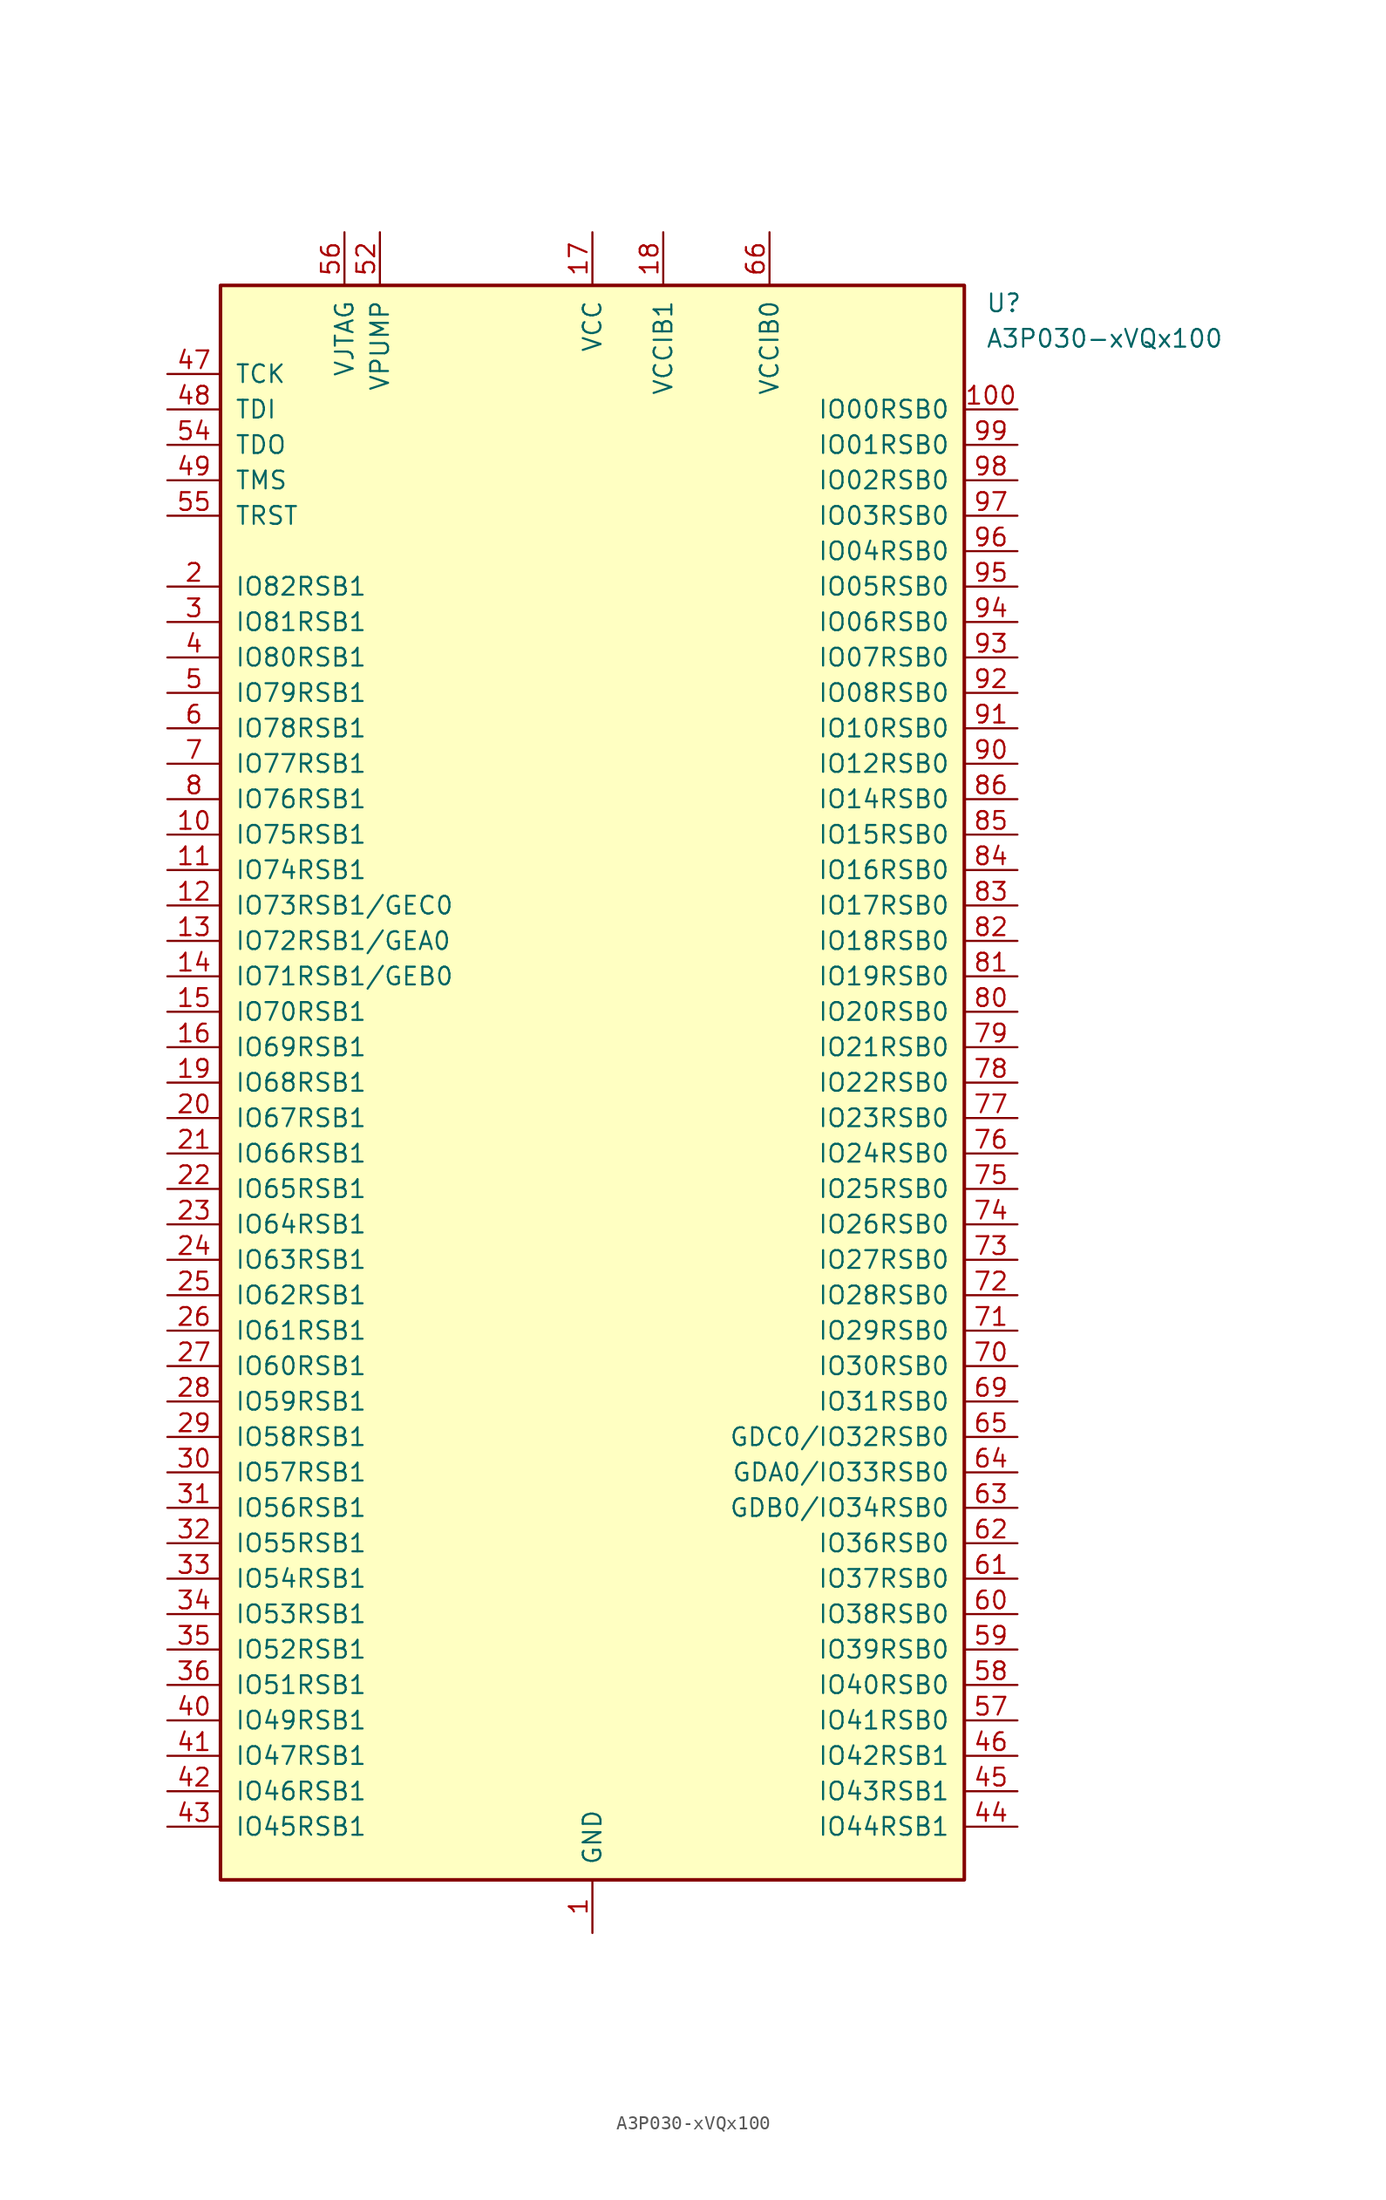
<source format=kicad_sym>
(kicad_symbol_lib
  (version 20241209)
  (generator "kicad_symbol_editor")
  (generator_version "9.0")
  (symbol "A3P030-xVQx100"
    (pin_names
      (offset 1.016))
    (property "Reference" "U"
      (at 28.194 55.88 0)
      (effects (font (size 1.27 1.27)) (justify left)))
    (property "Value" "A3P030-xVQx100"
      (at 28.194 53.34 0)
      (effects (font (size 1.27 1.27)) (justify left)))
    (symbol "A3P030-xVQx100_0_1"
      (rectangle (start -26.67 57.15) (end 26.67 -57.15) (stroke (width 0.254) (type default)) (fill (type background))))
    (symbol "A3P030-xVQx100_1_1"
      (pin input line (at -30.48 50.8 0) (length 3.81) (name "TCK" (effects (font (size 1.27 1.27)))) (number "47" (effects (font (size 1.27 1.27)))))
      (pin input line (at -30.48 48.26 0) (length 3.81) (name "TDI" (effects (font (size 1.27 1.27)))) (number "48" (effects (font (size 1.27 1.27)))))
      (pin output line (at -30.48 45.72 0) (length 3.81) (name "TDO" (effects (font (size 1.27 1.27)))) (number "54" (effects (font (size 1.27 1.27)))))
      (pin input line (at -30.48 43.18 0) (length 3.81) (name "TMS" (effects (font (size 1.27 1.27)))) (number "49" (effects (font (size 1.27 1.27)))))
      (pin input line (at -30.48 40.64 0) (length 3.81) (name "TRST" (effects (font (size 1.27 1.27)))) (number "55" (effects (font (size 1.27 1.27)))))
      (pin bidirectional line (at -30.48 35.56 0) (length 3.81) (name "IO82RSB1" (effects (font (size 1.27 1.27)))) (number "2" (effects (font (size 1.27 1.27)))))
      (pin bidirectional line (at -30.48 33.02 0) (length 3.81) (name "IO81RSB1" (effects (font (size 1.27 1.27)))) (number "3" (effects (font (size 1.27 1.27)))))
      (pin bidirectional line (at -30.48 30.48 0) (length 3.81) (name "IO80RSB1" (effects (font (size 1.27 1.27)))) (number "4" (effects (font (size 1.27 1.27)))))
      (pin bidirectional line (at -30.48 27.94 0) (length 3.81) (name "IO79RSB1" (effects (font (size 1.27 1.27)))) (number "5" (effects (font (size 1.27 1.27)))))
      (pin bidirectional line (at -30.48 25.4 0) (length 3.81) (name "IO78RSB1" (effects (font (size 1.27 1.27)))) (number "6" (effects (font (size 1.27 1.27)))))
      (pin bidirectional line (at -30.48 22.86 0) (length 3.81) (name "IO77RSB1" (effects (font (size 1.27 1.27)))) (number "7" (effects (font (size 1.27 1.27)))))
      (pin bidirectional line (at -30.48 20.32 0) (length 3.81) (name "IO76RSB1" (effects (font (size 1.27 1.27)))) (number "8" (effects (font (size 1.27 1.27)))))
      (pin bidirectional line (at -30.48 17.78 0) (length 3.81) (name "IO75RSB1" (effects (font (size 1.27 1.27)))) (number "10" (effects (font (size 1.27 1.27)))))
      (pin bidirectional line (at -30.48 15.24 0) (length 3.81) (name "IO74RSB1" (effects (font (size 1.27 1.27)))) (number "11" (effects (font (size 1.27 1.27)))))
      (pin bidirectional line (at -30.48 12.7 0) (length 3.81) (name "IO73RSB1/GEC0" (effects (font (size 1.27 1.27)))) (number "12" (effects (font (size 1.27 1.27)))))
      (pin bidirectional line (at -30.48 10.16 0) (length 3.81) (name "IO72RSB1/GEA0" (effects (font (size 1.27 1.27)))) (number "13" (effects (font (size 1.27 1.27)))))
      (pin bidirectional line (at -30.48 7.62 0) (length 3.81) (name "IO71RSB1/GEB0" (effects (font (size 1.27 1.27)))) (number "14" (effects (font (size 1.27 1.27)))))
      (pin bidirectional line (at -30.48 5.08 0) (length 3.81) (name "IO70RSB1" (effects (font (size 1.27 1.27)))) (number "15" (effects (font (size 1.27 1.27)))))
      (pin bidirectional line (at -30.48 2.54 0) (length 3.81) (name "IO69RSB1" (effects (font (size 1.27 1.27)))) (number "16" (effects (font (size 1.27 1.27)))))
      (pin bidirectional line (at -30.48 0 0) (length 3.81) (name "IO68RSB1" (effects (font (size 1.27 1.27)))) (number "19" (effects (font (size 1.27 1.27)))))
      (pin bidirectional line (at -30.48 -2.54 0) (length 3.81) (name "IO67RSB1" (effects (font (size 1.27 1.27)))) (number "20" (effects (font (size 1.27 1.27)))))
      (pin bidirectional line (at -30.48 -5.08 0) (length 3.81) (name "IO66RSB1" (effects (font (size 1.27 1.27)))) (number "21" (effects (font (size 1.27 1.27)))))
      (pin bidirectional line (at -30.48 -7.62 0) (length 3.81) (name "IO65RSB1" (effects (font (size 1.27 1.27)))) (number "22" (effects (font (size 1.27 1.27)))))
      (pin bidirectional line (at -30.48 -10.16 0) (length 3.81) (name "IO64RSB1" (effects (font (size 1.27 1.27)))) (number "23" (effects (font (size 1.27 1.27)))))
      (pin bidirectional line (at -30.48 -12.7 0) (length 3.81) (name "IO63RSB1" (effects (font (size 1.27 1.27)))) (number "24" (effects (font (size 1.27 1.27)))))
      (pin bidirectional line (at -30.48 -15.24 0) (length 3.81) (name "IO62RSB1" (effects (font (size 1.27 1.27)))) (number "25" (effects (font (size 1.27 1.27)))))
      (pin bidirectional line (at -30.48 -17.78 0) (length 3.81) (name "IO61RSB1" (effects (font (size 1.27 1.27)))) (number "26" (effects (font (size 1.27 1.27)))))
      (pin bidirectional line (at -30.48 -20.32 0) (length 3.81) (name "IO60RSB1" (effects (font (size 1.27 1.27)))) (number "27" (effects (font (size 1.27 1.27)))))
      (pin bidirectional line (at -30.48 -22.86 0) (length 3.81) (name "IO59RSB1" (effects (font (size 1.27 1.27)))) (number "28" (effects (font (size 1.27 1.27)))))
      (pin bidirectional line (at -30.48 -25.4 0) (length 3.81) (name "IO58RSB1" (effects (font (size 1.27 1.27)))) (number "29" (effects (font (size 1.27 1.27)))))
      (pin bidirectional line (at -30.48 -27.94 0) (length 3.81) (name "IO57RSB1" (effects (font (size 1.27 1.27)))) (number "30" (effects (font (size 1.27 1.27)))))
      (pin bidirectional line (at -30.48 -30.48 0) (length 3.81) (name "IO56RSB1" (effects (font (size 1.27 1.27)))) (number "31" (effects (font (size 1.27 1.27)))))
      (pin bidirectional line (at -30.48 -33.02 0) (length 3.81) (name "IO55RSB1" (effects (font (size 1.27 1.27)))) (number "32" (effects (font (size 1.27 1.27)))))
      (pin bidirectional line (at -30.48 -35.56 0) (length 3.81) (name "IO54RSB1" (effects (font (size 1.27 1.27)))) (number "33" (effects (font (size 1.27 1.27)))))
      (pin bidirectional line (at -30.48 -38.1 0) (length 3.81) (name "IO53RSB1" (effects (font (size 1.27 1.27)))) (number "34" (effects (font (size 1.27 1.27)))))
      (pin bidirectional line (at -30.48 -40.64 0) (length 3.81) (name "IO52RSB1" (effects (font (size 1.27 1.27)))) (number "35" (effects (font (size 1.27 1.27)))))
      (pin bidirectional line (at -30.48 -43.18 0) (length 3.81) (name "IO51RSB1" (effects (font (size 1.27 1.27)))) (number "36" (effects (font (size 1.27 1.27)))))
      (pin bidirectional line (at -30.48 -45.72 0) (length 3.81) (name "IO49RSB1" (effects (font (size 1.27 1.27)))) (number "40" (effects (font (size 1.27 1.27)))))
      (pin bidirectional line (at -30.48 -48.26 0) (length 3.81) (name "IO47RSB1" (effects (font (size 1.27 1.27)))) (number "41" (effects (font (size 1.27 1.27)))))
      (pin bidirectional line (at -30.48 -50.8 0) (length 3.81) (name "IO46RSB1" (effects (font (size 1.27 1.27)))) (number "42" (effects (font (size 1.27 1.27)))))
      (pin bidirectional line (at -30.48 -53.34 0) (length 3.81) (name "IO45RSB1" (effects (font (size 1.27 1.27)))) (number "43" (effects (font (size 1.27 1.27)))))
      (pin power_in line (at -17.78 60.96 270) (length 3.81) (name "VJTAG" (effects (font (size 1.27 1.27)))) (number "56" (effects (font (size 1.27 1.27)))))
      (pin power_in line (at -15.24 60.96 270) (length 3.81) (name "VPUMP" (effects (font (size 1.27 1.27)))) (number "52" (effects (font (size 1.27 1.27)))))
      (pin power_in line (at 0 60.96 270) (length 3.81) (name "VCC" (effects (font (size 1.27 1.27)))) (number "17" (effects (font (size 1.27 1.27)))))
      (pin passive line (at 0 60.96 270) (length 3.81) (hide yes) (name "VCC" (effects (font (size 1.27 1.27)))) (number "37" (effects (font (size 1.27 1.27)))))
      (pin passive line (at 0 60.96 270) (length 3.81) (hide yes) (name "VCC" (effects (font (size 1.27 1.27)))) (number "68" (effects (font (size 1.27 1.27)))))
      (pin passive line (at 0 60.96 270) (length 3.81) (hide yes) (name "VCC" (effects (font (size 1.27 1.27)))) (number "89" (effects (font (size 1.27 1.27)))))
      (pin power_in line (at 0 -60.96 90) (length 3.81) (name "GND" (effects (font (size 1.27 1.27)))) (number "1" (effects (font (size 1.27 1.27)))))
      (pin passive line (at 0 -60.96 90) (length 3.81) (hide yes) (name "GND" (effects (font (size 1.27 1.27)))) (number "38" (effects (font (size 1.27 1.27)))))
      (pin passive line (at 0 -60.96 90) (length 3.81) (hide yes) (name "GND" (effects (font (size 1.27 1.27)))) (number "51" (effects (font (size 1.27 1.27)))))
      (pin passive line (at 0 -60.96 90) (length 3.81) (hide yes) (name "GND" (effects (font (size 1.27 1.27)))) (number "67" (effects (font (size 1.27 1.27)))))
      (pin passive line (at 0 -60.96 90) (length 3.81) (hide yes) (name "GND" (effects (font (size 1.27 1.27)))) (number "88" (effects (font (size 1.27 1.27)))))
      (pin passive line (at 0 -60.96 90) (length 3.81) (hide yes) (name "GND" (effects (font (size 1.27 1.27)))) (number "9" (effects (font (size 1.27 1.27)))))
      (pin power_in line (at 5.08 60.96 270) (length 3.81) (name "VCCIB1" (effects (font (size 1.27 1.27)))) (number "18" (effects (font (size 1.27 1.27)))))
      (pin passive line (at 5.08 60.96 270) (length 3.81) (hide yes) (name "VCCIB1" (effects (font (size 1.27 1.27)))) (number "39" (effects (font (size 1.27 1.27)))))
      (pin no_connect line (at 5.08 -57.15 90) (length 3.81) (hide yes) (name "NC" (effects (font (size 1.27 1.27)))) (number "53" (effects (font (size 1.27 1.27)))))
      (pin no_connect line (at 7.62 -57.15 90) (length 3.81) (hide yes) (name "NC" (effects (font (size 1.27 1.27)))) (number "50" (effects (font (size 1.27 1.27)))))
      (pin power_in line (at 12.7 60.96 270) (length 3.81) (name "VCCIB0" (effects (font (size 1.27 1.27)))) (number "66" (effects (font (size 1.27 1.27)))))
      (pin passive line (at 12.7 60.96 270) (length 3.81) (hide yes) (name "VCCIB0" (effects (font (size 1.27 1.27)))) (number "87" (effects (font (size 1.27 1.27)))))
      (pin bidirectional line (at 30.48 48.26 180) (length 3.81) (name "IO00RSB0" (effects (font (size 1.27 1.27)))) (number "100" (effects (font (size 1.27 1.27)))))
      (pin bidirectional line (at 30.48 45.72 180) (length 3.81) (name "IO01RSB0" (effects (font (size 1.27 1.27)))) (number "99" (effects (font (size 1.27 1.27)))))
      (pin bidirectional line (at 30.48 43.18 180) (length 3.81) (name "IO02RSB0" (effects (font (size 1.27 1.27)))) (number "98" (effects (font (size 1.27 1.27)))))
      (pin bidirectional line (at 30.48 40.64 180) (length 3.81) (name "IO03RSB0" (effects (font (size 1.27 1.27)))) (number "97" (effects (font (size 1.27 1.27)))))
      (pin bidirectional line (at 30.48 38.1 180) (length 3.81) (name "IO04RSB0" (effects (font (size 1.27 1.27)))) (number "96" (effects (font (size 1.27 1.27)))))
      (pin bidirectional line (at 30.48 35.56 180) (length 3.81) (name "IO05RSB0" (effects (font (size 1.27 1.27)))) (number "95" (effects (font (size 1.27 1.27)))))
      (pin bidirectional line (at 30.48 33.02 180) (length 3.81) (name "IO06RSB0" (effects (font (size 1.27 1.27)))) (number "94" (effects (font (size 1.27 1.27)))))
      (pin bidirectional line (at 30.48 30.48 180) (length 3.81) (name "IO07RSB0" (effects (font (size 1.27 1.27)))) (number "93" (effects (font (size 1.27 1.27)))))
      (pin bidirectional line (at 30.48 27.94 180) (length 3.81) (name "IO08RSB0" (effects (font (size 1.27 1.27)))) (number "92" (effects (font (size 1.27 1.27)))))
      (pin bidirectional line (at 30.48 25.4 180) (length 3.81) (name "IO10RSB0" (effects (font (size 1.27 1.27)))) (number "91" (effects (font (size 1.27 1.27)))))
      (pin bidirectional line (at 30.48 22.86 180) (length 3.81) (name "IO12RSB0" (effects (font (size 1.27 1.27)))) (number "90" (effects (font (size 1.27 1.27)))))
      (pin bidirectional line (at 30.48 20.32 180) (length 3.81) (name "IO14RSB0" (effects (font (size 1.27 1.27)))) (number "86" (effects (font (size 1.27 1.27)))))
      (pin bidirectional line (at 30.48 17.78 180) (length 3.81) (name "IO15RSB0" (effects (font (size 1.27 1.27)))) (number "85" (effects (font (size 1.27 1.27)))))
      (pin bidirectional line (at 30.48 15.24 180) (length 3.81) (name "IO16RSB0" (effects (font (size 1.27 1.27)))) (number "84" (effects (font (size 1.27 1.27)))))
      (pin bidirectional line (at 30.48 12.7 180) (length 3.81) (name "IO17RSB0" (effects (font (size 1.27 1.27)))) (number "83" (effects (font (size 1.27 1.27)))))
      (pin bidirectional line (at 30.48 10.16 180) (length 3.81) (name "IO18RSB0" (effects (font (size 1.27 1.27)))) (number "82" (effects (font (size 1.27 1.27)))))
      (pin bidirectional line (at 30.48 7.62 180) (length 3.81) (name "IO19RSB0" (effects (font (size 1.27 1.27)))) (number "81" (effects (font (size 1.27 1.27)))))
      (pin bidirectional line (at 30.48 5.08 180) (length 3.81) (name "IO20RSB0" (effects (font (size 1.27 1.27)))) (number "80" (effects (font (size 1.27 1.27)))))
      (pin bidirectional line (at 30.48 2.54 180) (length 3.81) (name "IO21RSB0" (effects (font (size 1.27 1.27)))) (number "79" (effects (font (size 1.27 1.27)))))
      (pin bidirectional line (at 30.48 0 180) (length 3.81) (name "IO22RSB0" (effects (font (size 1.27 1.27)))) (number "78" (effects (font (size 1.27 1.27)))))
      (pin bidirectional line (at 30.48 -2.54 180) (length 3.81) (name "IO23RSB0" (effects (font (size 1.27 1.27)))) (number "77" (effects (font (size 1.27 1.27)))))
      (pin bidirectional line (at 30.48 -5.08 180) (length 3.81) (name "IO24RSB0" (effects (font (size 1.27 1.27)))) (number "76" (effects (font (size 1.27 1.27)))))
      (pin bidirectional line (at 30.48 -7.62 180) (length 3.81) (name "IO25RSB0" (effects (font (size 1.27 1.27)))) (number "75" (effects (font (size 1.27 1.27)))))
      (pin bidirectional line (at 30.48 -10.16 180) (length 3.81) (name "IO26RSB0" (effects (font (size 1.27 1.27)))) (number "74" (effects (font (size 1.27 1.27)))))
      (pin bidirectional line (at 30.48 -12.7 180) (length 3.81) (name "IO27RSB0" (effects (font (size 1.27 1.27)))) (number "73" (effects (font (size 1.27 1.27)))))
      (pin bidirectional line (at 30.48 -15.24 180) (length 3.81) (name "IO28RSB0" (effects (font (size 1.27 1.27)))) (number "72" (effects (font (size 1.27 1.27)))))
      (pin bidirectional line (at 30.48 -17.78 180) (length 3.81) (name "IO29RSB0" (effects (font (size 1.27 1.27)))) (number "71" (effects (font (size 1.27 1.27)))))
      (pin bidirectional line (at 30.48 -20.32 180) (length 3.81) (name "IO30RSB0" (effects (font (size 1.27 1.27)))) (number "70" (effects (font (size 1.27 1.27)))))
      (pin bidirectional line (at 30.48 -22.86 180) (length 3.81) (name "IO31RSB0" (effects (font (size 1.27 1.27)))) (number "69" (effects (font (size 1.27 1.27)))))
      (pin bidirectional line (at 30.48 -25.4 180) (length 3.81) (name "GDC0/IO32RSB0" (effects (font (size 1.27 1.27)))) (number "65" (effects (font (size 1.27 1.27)))))
      (pin bidirectional line (at 30.48 -27.94 180) (length 3.81) (name "GDA0/IO33RSB0" (effects (font (size 1.27 1.27)))) (number "64" (effects (font (size 1.27 1.27)))))
      (pin bidirectional line (at 30.48 -30.48 180) (length 3.81) (name "GDB0/IO34RSB0" (effects (font (size 1.27 1.27)))) (number "63" (effects (font (size 1.27 1.27)))))
      (pin bidirectional line (at 30.48 -33.02 180) (length 3.81) (name "IO36RSB0" (effects (font (size 1.27 1.27)))) (number "62" (effects (font (size 1.27 1.27)))))
      (pin bidirectional line (at 30.48 -35.56 180) (length 3.81) (name "IO37RSB0" (effects (font (size 1.27 1.27)))) (number "61" (effects (font (size 1.27 1.27)))))
      (pin bidirectional line (at 30.48 -38.1 180) (length 3.81) (name "IO38RSB0" (effects (font (size 1.27 1.27)))) (number "60" (effects (font (size 1.27 1.27)))))
      (pin bidirectional line (at 30.48 -40.64 180) (length 3.81) (name "IO39RSB0" (effects (font (size 1.27 1.27)))) (number "59" (effects (font (size 1.27 1.27)))))
      (pin bidirectional line (at 30.48 -43.18 180) (length 3.81) (name "IO40RSB0" (effects (font (size 1.27 1.27)))) (number "58" (effects (font (size 1.27 1.27)))))
      (pin bidirectional line (at 30.48 -45.72 180) (length 3.81) (name "IO41RSB0" (effects (font (size 1.27 1.27)))) (number "57" (effects (font (size 1.27 1.27)))))
      (pin bidirectional line (at 30.48 -48.26 180) (length 3.81) (name "IO42RSB1" (effects (font (size 1.27 1.27)))) (number "46" (effects (font (size 1.27 1.27)))))
      (pin bidirectional line (at 30.48 -50.8 180) (length 3.81) (name "IO43RSB1" (effects (font (size 1.27 1.27)))) (number "45" (effects (font (size 1.27 1.27)))))
      (pin bidirectional line (at 30.48 -53.34 180) (length 3.81) (name "IO44RSB1" (effects (font (size 1.27 1.27)))) (number "44" (effects (font (size 1.27 1.27))))))))
</source>
